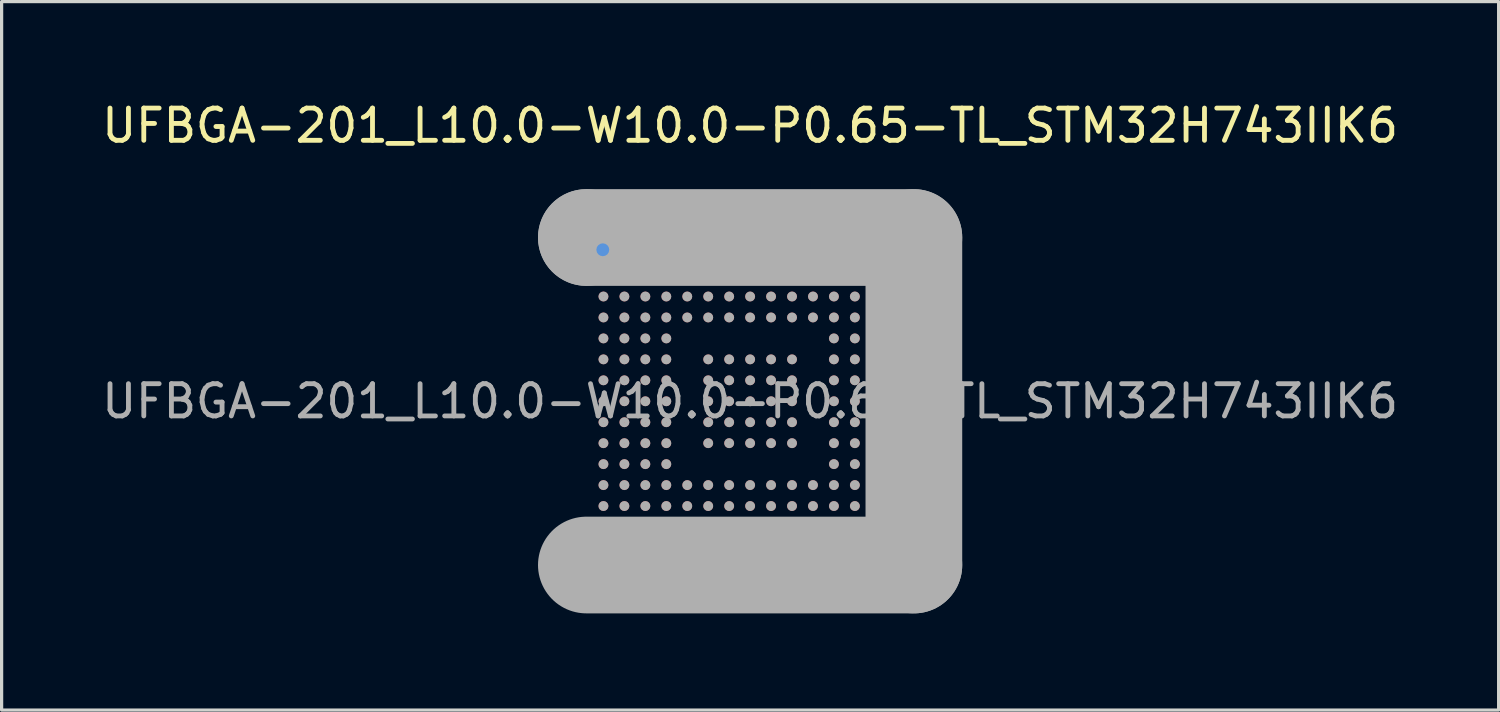
<source format=kicad_pcb>
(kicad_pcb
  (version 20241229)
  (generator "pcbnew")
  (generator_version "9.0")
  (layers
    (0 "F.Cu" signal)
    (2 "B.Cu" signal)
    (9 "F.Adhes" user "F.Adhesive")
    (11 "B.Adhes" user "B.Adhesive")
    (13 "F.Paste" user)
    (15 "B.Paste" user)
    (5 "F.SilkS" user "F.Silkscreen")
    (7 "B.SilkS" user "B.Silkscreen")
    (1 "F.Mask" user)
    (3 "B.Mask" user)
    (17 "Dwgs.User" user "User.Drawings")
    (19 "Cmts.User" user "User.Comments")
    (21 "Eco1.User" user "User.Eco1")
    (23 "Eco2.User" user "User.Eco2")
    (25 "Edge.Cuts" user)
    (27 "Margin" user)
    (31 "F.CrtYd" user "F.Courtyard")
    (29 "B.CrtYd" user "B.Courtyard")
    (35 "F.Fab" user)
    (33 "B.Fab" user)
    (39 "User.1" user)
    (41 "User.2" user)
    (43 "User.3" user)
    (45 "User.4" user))
  (footprint "UFBGA-201_L10.0-W10.0-P0.65-TL_STM32H743IIK6"
    (layer "F.Cu")
    (at 20.22 9.398)
    (property "Reference" "UFBGA-201_L10.0-W10.0-P0.65-TL_STM32H743IIK6" (at 0 -8.55 0) (layer "F.SilkS") (effects (font (size 1 1) (thickness 0.15))))
    (attr smd)
    (fp_circle (center -5.39 -5.46) (end -5.29 -5.46) (stroke (width 0.25) (type solid)) (fill no) (layer "F.SilkS"))
    (fp_circle (center -4.57 -4.7) (end -4.47 -4.7) (stroke (width 0.2) (type solid)) (fill no) (layer "Cmts.User"))
    (fp_line (start -5.08 -5.08) (end -5.08 -5.08) (stroke (width 3) (type solid)) (layer "F.Fab"))
    (fp_line (start -5.08 -5.08) (end 5.08 -5.08) (stroke (width 3) (type solid)) (layer "F.Fab"))
    (fp_line (start 5.08 -5.08) (end 5.08 5.08) (stroke (width 3) (type solid)) (layer "F.Fab"))
    (fp_line (start 5.08 5.08) (end -5.08 5.08) (stroke (width 3) (type solid)) (layer "F.Fab"))
    (fp_circle (center -5 -5) (end -4.97 -5) (stroke (width 0.06) (type solid)) (fill no) (layer "F.Fab"))
    (fp_circle (center -4.55 -4.55) (end -4.47 -4.55) (stroke (width 0.15) (type solid)) (fill no) (layer "F.Fab"))
    (fp_circle (center -4.55 -3.9) (end -4.47 -3.9) (stroke (width 0.15) (type solid)) (fill no) (layer "F.Fab"))
    (fp_circle (center -4.55 -3.25) (end -4.47 -3.25) (stroke (width 0.15) (type solid)) (fill no) (layer "F.Fab"))
    (fp_circle (center -4.55 -2.6) (end -4.47 -2.6) (stroke (width 0.15) (type solid)) (fill no) (layer "F.Fab"))
    (fp_circle (center -4.55 -1.95) (end -4.47 -1.95) (stroke (width 0.15) (type solid)) (fill no) (layer "F.Fab"))
    (fp_circle (center -4.55 -1.3) (end -4.47 -1.3) (stroke (width 0.15) (type solid)) (fill no) (layer "F.Fab"))
    (fp_circle (center -4.55 -0.65) (end -4.47 -0.65) (stroke (width 0.15) (type solid)) (fill no) (layer "F.Fab"))
    (fp_circle (center -4.55 0) (end -4.47 0) (stroke (width 0.15) (type solid)) (fill no) (layer "F.Fab"))
    (fp_circle (center -4.55 0.65) (end -4.47 0.65) (stroke (width 0.15) (type solid)) (fill no) (layer "F.Fab"))
    (fp_circle (center -4.55 1.3) (end -4.47 1.3) (stroke (width 0.15) (type solid)) (fill no) (layer "F.Fab"))
    (fp_circle (center -4.55 1.95) (end -4.47 1.95) (stroke (width 0.15) (type solid)) (fill no) (layer "F.Fab"))
    (fp_circle (center -4.55 2.6) (end -4.47 2.6) (stroke (width 0.15) (type solid)) (fill no) (layer "F.Fab"))
    (fp_circle (center -4.55 3.25) (end -4.47 3.25) (stroke (width 0.15) (type solid)) (fill no) (layer "F.Fab"))
    (fp_circle (center -4.55 3.9) (end -4.47 3.9) (stroke (width 0.15) (type solid)) (fill no) (layer "F.Fab"))
    (fp_circle (center -4.55 4.55) (end -4.47 4.55) (stroke (width 0.15) (type solid)) (fill no) (layer "F.Fab"))
    (fp_circle (center -3.9 -4.55) (end -3.82 -4.55) (stroke (width 0.15) (type solid)) (fill no) (layer "F.Fab"))
    (fp_circle (center -3.9 -3.9) (end -3.82 -3.9) (stroke (width 0.15) (type solid)) (fill no) (layer "F.Fab"))
    (fp_circle (center -3.9 -3.25) (end -3.82 -3.25) (stroke (width 0.15) (type solid)) (fill no) (layer "F.Fab"))
    (fp_circle (center -3.9 -2.6) (end -3.82 -2.6) (stroke (width 0.15) (type solid)) (fill no) (layer "F.Fab"))
    (fp_circle (center -3.9 -1.95) (end -3.82 -1.95) (stroke (width 0.15) (type solid)) (fill no) (layer "F.Fab"))
    (fp_circle (center -3.9 -1.3) (end -3.82 -1.3) (stroke (width 0.15) (type solid)) (fill no) (layer "F.Fab"))
    (fp_circle (center -3.9 -0.65) (end -3.82 -0.65) (stroke (width 0.15) (type solid)) (fill no) (layer "F.Fab"))
    (fp_circle (center -3.9 0) (end -3.82 0) (stroke (width 0.15) (type solid)) (fill no) (layer "F.Fab"))
    (fp_circle (center -3.9 0.65) (end -3.82 0.65) (stroke (width 0.15) (type solid)) (fill no) (layer "F.Fab"))
    (fp_circle (center -3.9 1.3) (end -3.82 1.3) (stroke (width 0.15) (type solid)) (fill no) (layer "F.Fab"))
    (fp_circle (center -3.9 1.95) (end -3.82 1.95) (stroke (width 0.15) (type solid)) (fill no) (layer "F.Fab"))
    (fp_circle (center -3.9 2.6) (end -3.82 2.6) (stroke (width 0.15) (type solid)) (fill no) (layer "F.Fab"))
    (fp_circle (center -3.9 3.25) (end -3.82 3.25) (stroke (width 0.15) (type solid)) (fill no) (layer "F.Fab"))
    (fp_circle (center -3.9 3.9) (end -3.82 3.9) (stroke (width 0.15) (type solid)) (fill no) (layer "F.Fab"))
    (fp_circle (center -3.9 4.55) (end -3.82 4.55) (stroke (width 0.15) (type solid)) (fill no) (layer "F.Fab"))
    (fp_circle (center -3.25 -4.55) (end -3.17 -4.55) (stroke (width 0.15) (type solid)) (fill no) (layer "F.Fab"))
    (fp_circle (center -3.25 -3.9) (end -3.17 -3.9) (stroke (width 0.15) (type solid)) (fill no) (layer "F.Fab"))
    (fp_circle (center -3.25 -3.25) (end -3.17 -3.25) (stroke (width 0.15) (type solid)) (fill no) (layer "F.Fab"))
    (fp_circle (center -3.25 -2.6) (end -3.17 -2.6) (stroke (width 0.15) (type solid)) (fill no) (layer "F.Fab"))
    (fp_circle (center -3.25 -1.95) (end -3.17 -1.95) (stroke (width 0.15) (type solid)) (fill no) (layer "F.Fab"))
    (fp_circle (center -3.25 -1.3) (end -3.17 -1.3) (stroke (width 0.15) (type solid)) (fill no) (layer "F.Fab"))
    (fp_circle (center -3.25 -0.65) (end -3.17 -0.65) (stroke (width 0.15) (type solid)) (fill no) (layer "F.Fab"))
    (fp_circle (center -3.25 0) (end -3.17 0) (stroke (width 0.15) (type solid)) (fill no) (layer "F.Fab"))
    (fp_circle (center -3.25 0.65) (end -3.17 0.65) (stroke (width 0.15) (type solid)) (fill no) (layer "F.Fab"))
    (fp_circle (center -3.25 1.3) (end -3.17 1.3) (stroke (width 0.15) (type solid)) (fill no) (layer "F.Fab"))
    (fp_circle (center -3.25 1.95) (end -3.17 1.95) (stroke (width 0.15) (type solid)) (fill no) (layer "F.Fab"))
    (fp_circle (center -3.25 2.6) (end -3.17 2.6) (stroke (width 0.15) (type solid)) (fill no) (layer "F.Fab"))
    (fp_circle (center -3.25 3.25) (end -3.17 3.25) (stroke (width 0.15) (type solid)) (fill no) (layer "F.Fab"))
    (fp_circle (center -3.25 3.9) (end -3.17 3.9) (stroke (width 0.15) (type solid)) (fill no) (layer "F.Fab"))
    (fp_circle (center -3.25 4.55) (end -3.17 4.55) (stroke (width 0.15) (type solid)) (fill no) (layer "F.Fab"))
    (fp_circle (center -2.6 -4.55) (end -2.52 -4.55) (stroke (width 0.15) (type solid)) (fill no) (layer "F.Fab"))
    (fp_circle (center -2.6 -3.9) (end -2.52 -3.9) (stroke (width 0.15) (type solid)) (fill no) (layer "F.Fab"))
    (fp_circle (center -2.6 -3.25) (end -2.52 -3.25) (stroke (width 0.15) (type solid)) (fill no) (layer "F.Fab"))
    (fp_circle (center -2.6 -2.6) (end -2.52 -2.6) (stroke (width 0.15) (type solid)) (fill no) (layer "F.Fab"))
    (fp_circle (center -2.6 -1.95) (end -2.52 -1.95) (stroke (width 0.15) (type solid)) (fill no) (layer "F.Fab"))
    (fp_circle (center -2.6 -1.3) (end -2.52 -1.3) (stroke (width 0.15) (type solid)) (fill no) (layer "F.Fab"))
    (fp_circle (center -2.6 -0.65) (end -2.52 -0.65) (stroke (width 0.15) (type solid)) (fill no) (layer "F.Fab"))
    (fp_circle (center -2.6 0) (end -2.52 0) (stroke (width 0.15) (type solid)) (fill no) (layer "F.Fab"))
    (fp_circle (center -2.6 0.65) (end -2.52 0.65) (stroke (width 0.15) (type solid)) (fill no) (layer "F.Fab"))
    (fp_circle (center -2.6 1.3) (end -2.52 1.3) (stroke (width 0.15) (type solid)) (fill no) (layer "F.Fab"))
    (fp_circle (center -2.6 1.95) (end -2.52 1.95) (stroke (width 0.15) (type solid)) (fill no) (layer "F.Fab"))
    (fp_circle (center -2.6 2.6) (end -2.52 2.6) (stroke (width 0.15) (type solid)) (fill no) (layer "F.Fab"))
    (fp_circle (center -2.6 3.25) (end -2.52 3.25) (stroke (width 0.15) (type solid)) (fill no) (layer "F.Fab"))
    (fp_circle (center -2.6 3.9) (end -2.52 3.9) (stroke (width 0.15) (type solid)) (fill no) (layer "F.Fab"))
    (fp_circle (center -2.6 4.55) (end -2.52 4.55) (stroke (width 0.15) (type solid)) (fill no) (layer "F.Fab"))
    (fp_circle (center -1.95 -4.55) (end -1.87 -4.55) (stroke (width 0.15) (type solid)) (fill no) (layer "F.Fab"))
    (fp_circle (center -1.95 -3.9) (end -1.87 -3.9) (stroke (width 0.15) (type solid)) (fill no) (layer "F.Fab"))
    (fp_circle (center -1.95 -3.25) (end -1.87 -3.25) (stroke (width 0.15) (type solid)) (fill no) (layer "F.Fab"))
    (fp_circle (center -1.95 -2.6) (end -1.87 -2.6) (stroke (width 0.15) (type solid)) (fill no) (layer "F.Fab"))
    (fp_circle (center -1.95 2.6) (end -1.87 2.6) (stroke (width 0.15) (type solid)) (fill no) (layer "F.Fab"))
    (fp_circle (center -1.95 3.25) (end -1.87 3.25) (stroke (width 0.15) (type solid)) (fill no) (layer "F.Fab"))
    (fp_circle (center -1.95 3.9) (end -1.87 3.9) (stroke (width 0.15) (type solid)) (fill no) (layer "F.Fab"))
    (fp_circle (center -1.95 4.55) (end -1.87 4.55) (stroke (width 0.15) (type solid)) (fill no) (layer "F.Fab"))
    (fp_circle (center -1.3 -4.55) (end -1.22 -4.55) (stroke (width 0.15) (type solid)) (fill no) (layer "F.Fab"))
    (fp_circle (center -1.3 -3.9) (end -1.22 -3.9) (stroke (width 0.15) (type solid)) (fill no) (layer "F.Fab"))
    (fp_circle (center -1.3 -3.25) (end -1.22 -3.25) (stroke (width 0.15) (type solid)) (fill no) (layer "F.Fab"))
    (fp_circle (center -1.3 -2.6) (end -1.22 -2.6) (stroke (width 0.15) (type solid)) (fill no) (layer "F.Fab"))
    (fp_circle (center -1.3 -1.3) (end -1.22 -1.3) (stroke (width 0.15) (type solid)) (fill no) (layer "F.Fab"))
    (fp_circle (center -1.3 -0.65) (end -1.22 -0.65) (stroke (width 0.15) (type solid)) (fill no) (layer "F.Fab"))
    (fp_circle (center -1.3 0) (end -1.22 0) (stroke (width 0.15) (type solid)) (fill no) (layer "F.Fab"))
    (fp_circle (center -1.3 0.65) (end -1.22 0.65) (stroke (width 0.15) (type solid)) (fill no) (layer "F.Fab"))
    (fp_circle (center -1.3 1.3) (end -1.22 1.3) (stroke (width 0.15) (type solid)) (fill no) (layer "F.Fab"))
    (fp_circle (center -1.3 2.6) (end -1.22 2.6) (stroke (width 0.15) (type solid)) (fill no) (layer "F.Fab"))
    (fp_circle (center -1.3 3.25) (end -1.22 3.25) (stroke (width 0.15) (type solid)) (fill no) (layer "F.Fab"))
    (fp_circle (center -1.3 3.9) (end -1.22 3.9) (stroke (width 0.15) (type solid)) (fill no) (layer "F.Fab"))
    (fp_circle (center -1.3 4.55) (end -1.22 4.55) (stroke (width 0.15) (type solid)) (fill no) (layer "F.Fab"))
    (fp_circle (center -0.65 -4.55) (end -0.57 -4.55) (stroke (width 0.15) (type solid)) (fill no) (layer "F.Fab"))
    (fp_circle (center -0.65 -3.9) (end -0.57 -3.9) (stroke (width 0.15) (type solid)) (fill no) (layer "F.Fab"))
    (fp_circle (center -0.65 -3.25) (end -0.57 -3.25) (stroke (width 0.15) (type solid)) (fill no) (layer "F.Fab"))
    (fp_circle (center -0.65 -2.6) (end -0.57 -2.6) (stroke (width 0.15) (type solid)) (fill no) (layer "F.Fab"))
    (fp_circle (center -0.65 -1.3) (end -0.57 -1.3) (stroke (width 0.15) (type solid)) (fill no) (layer "F.Fab"))
    (fp_circle (center -0.65 -0.65) (end -0.57 -0.65) (stroke (width 0.15) (type solid)) (fill no) (layer "F.Fab"))
    (fp_circle (center -0.65 0) (end -0.57 0) (stroke (width 0.15) (type solid)) (fill no) (layer "F.Fab"))
    (fp_circle (center -0.65 0.65) (end -0.57 0.65) (stroke (width 0.15) (type solid)) (fill no) (layer "F.Fab"))
    (fp_circle (center -0.65 1.3) (end -0.57 1.3) (stroke (width 0.15) (type solid)) (fill no) (layer "F.Fab"))
    (fp_circle (center -0.65 2.6) (end -0.57 2.6) (stroke (width 0.15) (type solid)) (fill no) (layer "F.Fab"))
    (fp_circle (center -0.65 3.25) (end -0.57 3.25) (stroke (width 0.15) (type solid)) (fill no) (layer "F.Fab"))
    (fp_circle (center -0.65 3.9) (end -0.57 3.9) (stroke (width 0.15) (type solid)) (fill no) (layer "F.Fab"))
    (fp_circle (center -0.65 4.55) (end -0.57 4.55) (stroke (width 0.15) (type solid)) (fill no) (layer "F.Fab"))
    (fp_circle (center 0 -4.55) (end 0.08 -4.55) (stroke (width 0.15) (type solid)) (fill no) (layer "F.Fab"))
    (fp_circle (center 0 -3.9) (end 0.08 -3.9) (stroke (width 0.15) (type solid)) (fill no) (layer "F.Fab"))
    (fp_circle (center 0 -3.25) (end 0.08 -3.25) (stroke (width 0.15) (type solid)) (fill no) (layer "F.Fab"))
    (fp_circle (center 0 -2.6) (end 0.08 -2.6) (stroke (width 0.15) (type solid)) (fill no) (layer "F.Fab"))
    (fp_circle (center 0 -1.3) (end 0.08 -1.3) (stroke (width 0.15) (type solid)) (fill no) (layer "F.Fab"))
    (fp_circle (center 0 -0.65) (end 0.08 -0.65) (stroke (width 0.15) (type solid)) (fill no) (layer "F.Fab"))
    (fp_circle (center 0 0) (end 0.08 0) (stroke (width 0.15) (type solid)) (fill no) (layer "F.Fab"))
    (fp_circle (center 0 0.65) (end 0.08 0.65) (stroke (width 0.15) (type solid)) (fill no) (layer "F.Fab"))
    (fp_circle (center 0 1.3) (end 0.08 1.3) (stroke (width 0.15) (type solid)) (fill no) (layer "F.Fab"))
    (fp_circle (center 0 2.6) (end 0.08 2.6) (stroke (width 0.15) (type solid)) (fill no) (layer "F.Fab"))
    (fp_circle (center 0 3.25) (end 0.08 3.25) (stroke (width 0.15) (type solid)) (fill no) (layer "F.Fab"))
    (fp_circle (center 0 3.9) (end 0.08 3.9) (stroke (width 0.15) (type solid)) (fill no) (layer "F.Fab"))
    (fp_circle (center 0 4.55) (end 0.08 4.55) (stroke (width 0.15) (type solid)) (fill no) (layer "F.Fab"))
    (fp_circle (center 0.65 -4.55) (end 0.73 -4.55) (stroke (width 0.15) (type solid)) (fill no) (layer "F.Fab"))
    (fp_circle (center 0.65 -3.9) (end 0.73 -3.9) (stroke (width 0.15) (type solid)) (fill no) (layer "F.Fab"))
    (fp_circle (center 0.65 -3.25) (end 0.73 -3.25) (stroke (width 0.15) (type solid)) (fill no) (layer "F.Fab"))
    (fp_circle (center 0.65 -2.6) (end 0.73 -2.6) (stroke (width 0.15) (type solid)) (fill no) (layer "F.Fab"))
    (fp_circle (center 0.65 -1.3) (end 0.73 -1.3) (stroke (width 0.15) (type solid)) (fill no) (layer "F.Fab"))
    (fp_circle (center 0.65 -0.65) (end 0.73 -0.65) (stroke (width 0.15) (type solid)) (fill no) (layer "F.Fab"))
    (fp_circle (center 0.65 0) (end 0.73 0) (stroke (width 0.15) (type solid)) (fill no) (layer "F.Fab"))
    (fp_circle (center 0.65 0.65) (end 0.73 0.65) (stroke (width 0.15) (type solid)) (fill no) (layer "F.Fab"))
    (fp_circle (center 0.65 1.3) (end 0.73 1.3) (stroke (width 0.15) (type solid)) (fill no) (layer "F.Fab"))
    (fp_circle (center 0.65 2.6) (end 0.73 2.6) (stroke (width 0.15) (type solid)) (fill no) (layer "F.Fab"))
    (fp_circle (center 0.65 3.25) (end 0.73 3.25) (stroke (width 0.15) (type solid)) (fill no) (layer "F.Fab"))
    (fp_circle (center 0.65 3.9) (end 0.73 3.9) (stroke (width 0.15) (type solid)) (fill no) (layer "F.Fab"))
    (fp_circle (center 0.65 4.55) (end 0.73 4.55) (stroke (width 0.15) (type solid)) (fill no) (layer "F.Fab"))
    (fp_circle (center 1.3 -4.55) (end 1.38 -4.55) (stroke (width 0.15) (type solid)) (fill no) (layer "F.Fab"))
    (fp_circle (center 1.3 -3.9) (end 1.38 -3.9) (stroke (width 0.15) (type solid)) (fill no) (layer "F.Fab"))
    (fp_circle (center 1.3 -3.25) (end 1.38 -3.25) (stroke (width 0.15) (type solid)) (fill no) (layer "F.Fab"))
    (fp_circle (center 1.3 -2.6) (end 1.38 -2.6) (stroke (width 0.15) (type solid)) (fill no) (layer "F.Fab"))
    (fp_circle (center 1.3 -1.3) (end 1.38 -1.3) (stroke (width 0.15) (type solid)) (fill no) (layer "F.Fab"))
    (fp_circle (center 1.3 -0.65) (end 1.38 -0.65) (stroke (width 0.15) (type solid)) (fill no) (layer "F.Fab"))
    (fp_circle (center 1.3 0) (end 1.38 0) (stroke (width 0.15) (type solid)) (fill no) (layer "F.Fab"))
    (fp_circle (center 1.3 0.65) (end 1.38 0.65) (stroke (width 0.15) (type solid)) (fill no) (layer "F.Fab"))
    (fp_circle (center 1.3 1.3) (end 1.38 1.3) (stroke (width 0.15) (type solid)) (fill no) (layer "F.Fab"))
    (fp_circle (center 1.3 2.6) (end 1.38 2.6) (stroke (width 0.15) (type solid)) (fill no) (layer "F.Fab"))
    (fp_circle (center 1.3 3.25) (end 1.38 3.25) (stroke (width 0.15) (type solid)) (fill no) (layer "F.Fab"))
    (fp_circle (center 1.3 3.9) (end 1.38 3.9) (stroke (width 0.15) (type solid)) (fill no) (layer "F.Fab"))
    (fp_circle (center 1.3 4.55) (end 1.38 4.55) (stroke (width 0.15) (type solid)) (fill no) (layer "F.Fab"))
    (fp_circle (center 1.95 -4.55) (end 2.03 -4.55) (stroke (width 0.15) (type solid)) (fill no) (layer "F.Fab"))
    (fp_circle (center 1.95 -3.9) (end 2.03 -3.9) (stroke (width 0.15) (type solid)) (fill no) (layer "F.Fab"))
    (fp_circle (center 1.95 -3.25) (end 2.03 -3.25) (stroke (width 0.15) (type solid)) (fill no) (layer "F.Fab"))
    (fp_circle (center 1.95 -2.6) (end 2.03 -2.6) (stroke (width 0.15) (type solid)) (fill no) (layer "F.Fab"))
    (fp_circle (center 1.95 2.6) (end 2.03 2.6) (stroke (width 0.15) (type solid)) (fill no) (layer "F.Fab"))
    (fp_circle (center 1.95 3.25) (end 2.03 3.25) (stroke (width 0.15) (type solid)) (fill no) (layer "F.Fab"))
    (fp_circle (center 1.95 3.9) (end 2.03 3.9) (stroke (width 0.15) (type solid)) (fill no) (layer "F.Fab"))
    (fp_circle (center 1.95 4.55) (end 2.03 4.55) (stroke (width 0.15) (type solid)) (fill no) (layer "F.Fab"))
    (fp_circle (center 2.6 -4.55) (end 2.68 -4.55) (stroke (width 0.15) (type solid)) (fill no) (layer "F.Fab"))
    (fp_circle (center 2.6 -3.9) (end 2.68 -3.9) (stroke (width 0.15) (type solid)) (fill no) (layer "F.Fab"))
    (fp_circle (center 2.6 -3.25) (end 2.68 -3.25) (stroke (width 0.15) (type solid)) (fill no) (layer "F.Fab"))
    (fp_circle (center 2.6 -2.6) (end 2.68 -2.6) (stroke (width 0.15) (type solid)) (fill no) (layer "F.Fab"))
    (fp_circle (center 2.6 -1.95) (end 2.68 -1.95) (stroke (width 0.15) (type solid)) (fill no) (layer "F.Fab"))
    (fp_circle (center 2.6 -1.3) (end 2.68 -1.3) (stroke (width 0.15) (type solid)) (fill no) (layer "F.Fab"))
    (fp_circle (center 2.6 -0.65) (end 2.68 -0.65) (stroke (width 0.15) (type solid)) (fill no) (layer "F.Fab"))
    (fp_circle (center 2.6 0) (end 2.68 0) (stroke (width 0.15) (type solid)) (fill no) (layer "F.Fab"))
    (fp_circle (center 2.6 0.65) (end 2.68 0.65) (stroke (width 0.15) (type solid)) (fill no) (layer "F.Fab"))
    (fp_circle (center 2.6 1.3) (end 2.68 1.3) (stroke (width 0.15) (type solid)) (fill no) (layer "F.Fab"))
    (fp_circle (center 2.6 1.95) (end 2.68 1.95) (stroke (width 0.15) (type solid)) (fill no) (layer "F.Fab"))
    (fp_circle (center 2.6 2.6) (end 2.68 2.6) (stroke (width 0.15) (type solid)) (fill no) (layer "F.Fab"))
    (fp_circle (center 2.6 3.25) (end 2.68 3.25) (stroke (width 0.15) (type solid)) (fill no) (layer "F.Fab"))
    (fp_circle (center 2.6 3.9) (end 2.68 3.9) (stroke (width 0.15) (type solid)) (fill no) (layer "F.Fab"))
    (fp_circle (center 2.6 4.55) (end 2.68 4.55) (stroke (width 0.15) (type solid)) (fill no) (layer "F.Fab"))
    (fp_circle (center 3.25 -4.55) (end 3.33 -4.55) (stroke (width 0.15) (type solid)) (fill no) (layer "F.Fab"))
    (fp_circle (center 3.25 -3.9) (end 3.33 -3.9) (stroke (width 0.15) (type solid)) (fill no) (layer "F.Fab"))
    (fp_circle (center 3.25 -3.25) (end 3.33 -3.25) (stroke (width 0.15) (type solid)) (fill no) (layer "F.Fab"))
    (fp_circle (center 3.25 -2.6) (end 3.33 -2.6) (stroke (width 0.15) (type solid)) (fill no) (layer "F.Fab"))
    (fp_circle (center 3.25 -1.95) (end 3.33 -1.95) (stroke (width 0.15) (type solid)) (fill no) (layer "F.Fab"))
    (fp_circle (center 3.25 -1.3) (end 3.33 -1.3) (stroke (width 0.15) (type solid)) (fill no) (layer "F.Fab"))
    (fp_circle (center 3.25 -0.65) (end 3.33 -0.65) (stroke (width 0.15) (type solid)) (fill no) (layer "F.Fab"))
    (fp_circle (center 3.25 0) (end 3.33 0) (stroke (width 0.15) (type solid)) (fill no) (layer "F.Fab"))
    (fp_circle (center 3.25 0.65) (end 3.33 0.65) (stroke (width 0.15) (type solid)) (fill no) (layer "F.Fab"))
    (fp_circle (center 3.25 1.3) (end 3.33 1.3) (stroke (width 0.15) (type solid)) (fill no) (layer "F.Fab"))
    (fp_circle (center 3.25 1.95) (end 3.33 1.95) (stroke (width 0.15) (type solid)) (fill no) (layer "F.Fab"))
    (fp_circle (center 3.25 2.6) (end 3.33 2.6) (stroke (width 0.15) (type solid)) (fill no) (layer "F.Fab"))
    (fp_circle (center 3.25 3.25) (end 3.33 3.25) (stroke (width 0.15) (type solid)) (fill no) (layer "F.Fab"))
    (fp_circle (center 3.25 3.9) (end 3.33 3.9) (stroke (width 0.15) (type solid)) (fill no) (layer "F.Fab"))
    (fp_circle (center 3.25 4.55) (end 3.33 4.55) (stroke (width 0.15) (type solid)) (fill no) (layer "F.Fab"))
    (fp_circle (center 3.9 -4.55) (end 3.98 -4.55) (stroke (width 0.15) (type solid)) (fill no) (layer "F.Fab"))
    (fp_circle (center 3.9 -3.9) (end 3.98 -3.9) (stroke (width 0.15) (type solid)) (fill no) (layer "F.Fab"))
    (fp_circle (center 3.9 -3.25) (end 3.98 -3.25) (stroke (width 0.15) (type solid)) (fill no) (layer "F.Fab"))
    (fp_circle (center 3.9 -2.6) (end 3.98 -2.6) (stroke (width 0.15) (type solid)) (fill no) (layer "F.Fab"))
    (fp_circle (center 3.9 -1.95) (end 3.98 -1.95) (stroke (width 0.15) (type solid)) (fill no) (layer "F.Fab"))
    (fp_circle (center 3.9 -1.3) (end 3.98 -1.3) (stroke (width 0.15) (type solid)) (fill no) (layer "F.Fab"))
    (fp_circle (center 3.9 -0.65) (end 3.98 -0.65) (stroke (width 0.15) (type solid)) (fill no) (layer "F.Fab"))
    (fp_circle (center 3.9 0) (end 3.98 0) (stroke (width 0.15) (type solid)) (fill no) (layer "F.Fab"))
    (fp_circle (center 3.9 0.65) (end 3.98 0.65) (stroke (width 0.15) (type solid)) (fill no) (layer "F.Fab"))
    (fp_circle (center 3.9 1.3) (end 3.98 1.3) (stroke (width 0.15) (type solid)) (fill no) (layer "F.Fab"))
    (fp_circle (center 3.9 1.95) (end 3.98 1.95) (stroke (width 0.15) (type solid)) (fill no) (layer "F.Fab"))
    (fp_circle (center 3.9 2.6) (end 3.98 2.6) (stroke (width 0.15) (type solid)) (fill no) (layer "F.Fab"))
    (fp_circle (center 3.9 3.25) (end 3.98 3.25) (stroke (width 0.15) (type solid)) (fill no) (layer "F.Fab"))
    (fp_circle (center 3.9 3.9) (end 3.98 3.9) (stroke (width 0.15) (type solid)) (fill no) (layer "F.Fab"))
    (fp_circle (center 3.9 4.55) (end 3.98 4.55) (stroke (width 0.15) (type solid)) (fill no) (layer "F.Fab"))
    (fp_circle (center 4.55 -4.55) (end 4.63 -4.55) (stroke (width 0.15) (type solid)) (fill no) (layer "F.Fab"))
    (fp_circle (center 4.55 -3.9) (end 4.63 -3.9) (stroke (width 0.15) (type solid)) (fill no) (layer "F.Fab"))
    (fp_circle (center 4.55 -3.25) (end 4.63 -3.25) (stroke (width 0.15) (type solid)) (fill no) (layer "F.Fab"))
    (fp_circle (center 4.55 -2.6) (end 4.63 -2.6) (stroke (width 0.15) (type solid)) (fill no) (layer "F.Fab"))
    (fp_circle (center 4.55 -1.95) (end 4.63 -1.95) (stroke (width 0.15) (type solid)) (fill no) (layer "F.Fab"))
    (fp_circle (center 4.55 -1.3) (end 4.63 -1.3) (stroke (width 0.15) (type solid)) (fill no) (layer "F.Fab"))
    (fp_circle (center 4.55 -0.65) (end 4.63 -0.65) (stroke (width 0.15) (type solid)) (fill no) (layer "F.Fab"))
    (fp_circle (center 4.55 0) (end 4.63 0) (stroke (width 0.15) (type solid)) (fill no) (layer "F.Fab"))
    (fp_circle (center 4.55 0.65) (end 4.63 0.65) (stroke (width 0.15) (type solid)) (fill no) (layer "F.Fab"))
    (fp_circle (center 4.55 1.3) (end 4.63 1.3) (stroke (width 0.15) (type solid)) (fill no) (layer "F.Fab"))
    (fp_circle (center 4.55 1.95) (end 4.63 1.95) (stroke (width 0.15) (type solid)) (fill no) (layer "F.Fab"))
    (fp_circle (center 4.55 2.6) (end 4.63 2.6) (stroke (width 0.15) (type solid)) (fill no) (layer "F.Fab"))
    (fp_circle (center 4.55 3.25) (end 4.63 3.25) (stroke (width 0.15) (type solid)) (fill no) (layer "F.Fab"))
    (fp_circle (center 4.55 3.9) (end 4.63 3.9) (stroke (width 0.15) (type solid)) (fill no) (layer "F.Fab"))
    (fp_circle (center 4.55 4.55) (end 4.63 4.55) (stroke (width 0.15) (type solid)) (fill no) (layer "F.Fab"))
    (fp_text user "${REFERENCE}" (at 0 0 0) (layer "F.Fab") (effects (font (size 1 1) (thickness 0.15))))
    (pad "A1" smd circle (at -4.55 -4.55) (size 0.3 0.3) (layers "F.Cu" "F.Mask" "F.Paste"))
    (pad "A2" smd circle (at -3.9 -4.55) (size 0.3 0.3) (layers "F.Cu" "F.Mask" "F.Paste"))
    (pad "A3" smd circle (at -3.25 -4.55) (size 0.3 0.3) (layers "F.Cu" "F.Mask" "F.Paste"))
    (pad "A4" smd circle (at -2.6 -4.55) (size 0.3 0.3) (layers "F.Cu" "F.Mask" "F.Paste"))
    (pad "A5" smd circle (at -1.95 -4.55) (size 0.3 0.3) (layers "F.Cu" "F.Mask" "F.Paste"))
    (pad "A6" smd circle (at -1.3 -4.55) (size 0.3 0.3) (layers "F.Cu" "F.Mask" "F.Paste"))
    (pad "A7" smd circle (at -0.65 -4.55) (size 0.3 0.3) (layers "F.Cu" "F.Mask" "F.Paste"))
    (pad "A8" smd circle (at 0 -4.55) (size 0.3 0.3) (layers "F.Cu" "F.Mask" "F.Paste"))
    (pad "A9" smd circle (at 0.65 -4.55) (size 0.3 0.3) (layers "F.Cu" "F.Mask" "F.Paste"))
    (pad "A10" smd circle (at 1.3 -4.55) (size 0.3 0.3) (layers "F.Cu" "F.Mask" "F.Paste"))
    (pad "A11" smd circle (at 1.95 -4.55) (size 0.3 0.3) (layers "F.Cu" "F.Mask" "F.Paste"))
    (pad "A12" smd circle (at 2.6 -4.55) (size 0.3 0.3) (layers "F.Cu" "F.Mask" "F.Paste"))
    (pad "A13" smd circle (at 3.25 -4.55) (size 0.3 0.3) (layers "F.Cu" "F.Mask" "F.Paste"))
    (pad "A14" smd circle (at 3.9 -4.55) (size 0.3 0.3) (layers "F.Cu" "F.Mask" "F.Paste"))
    (pad "A15" smd circle (at 4.55 -4.55) (size 0.3 0.3) (layers "F.Cu" "F.Mask" "F.Paste"))
    (pad "B1" smd circle (at -4.55 -3.9) (size 0.3 0.3) (layers "F.Cu" "F.Mask" "F.Paste"))
    (pad "B2" smd circle (at -3.9 -3.9) (size 0.3 0.3) (layers "F.Cu" "F.Mask" "F.Paste"))
    (pad "B3" smd circle (at -3.25 -3.9) (size 0.3 0.3) (layers "F.Cu" "F.Mask" "F.Paste"))
    (pad "B4" smd circle (at -2.6 -3.9) (size 0.3 0.3) (layers "F.Cu" "F.Mask" "F.Paste"))
    (pad "B5" smd circle (at -1.95 -3.9) (size 0.3 0.3) (layers "F.Cu" "F.Mask" "F.Paste"))
    (pad "B6" smd circle (at -1.3 -3.9) (size 0.3 0.3) (layers "F.Cu" "F.Mask" "F.Paste"))
    (pad "B7" smd circle (at -0.65 -3.9) (size 0.3 0.3) (layers "F.Cu" "F.Mask" "F.Paste"))
    (pad "B8" smd circle (at 0 -3.9) (size 0.3 0.3) (layers "F.Cu" "F.Mask" "F.Paste"))
    (pad "B9" smd circle (at 0.65 -3.9) (size 0.3 0.3) (layers "F.Cu" "F.Mask" "F.Paste"))
    (pad "B10" smd circle (at 1.3 -3.9) (size 0.3 0.3) (layers "F.Cu" "F.Mask" "F.Paste"))
    (pad "B11" smd circle (at 1.95 -3.9) (size 0.3 0.3) (layers "F.Cu" "F.Mask" "F.Paste"))
    (pad "B12" smd circle (at 2.6 -3.9) (size 0.3 0.3) (layers "F.Cu" "F.Mask" "F.Paste"))
    (pad "B13" smd circle (at 3.25 -3.9) (size 0.3 0.3) (layers "F.Cu" "F.Mask" "F.Paste"))
    (pad "B14" smd circle (at 3.9 -3.9) (size 0.3 0.3) (layers "F.Cu" "F.Mask" "F.Paste"))
    (pad "B15" smd circle (at 4.55 -3.9) (size 0.3 0.3) (layers "F.Cu" "F.Mask" "F.Paste"))
    (pad "C1" smd circle (at -4.55 -3.25) (size 0.3 0.3) (layers "F.Cu" "F.Mask" "F.Paste"))
    (pad "C2" smd circle (at -3.9 -3.25) (size 0.3 0.3) (layers "F.Cu" "F.Mask" "F.Paste"))
    (pad "C3" smd circle (at -3.25 -3.25) (size 0.3 0.3) (layers "F.Cu" "F.Mask" "F.Paste"))
    (pad "C4" smd circle (at -2.6 -3.25) (size 0.3 0.3) (layers "F.Cu" "F.Mask" "F.Paste"))
    (pad "C5" smd circle (at -1.95 -3.25) (size 0.3 0.3) (layers "F.Cu" "F.Mask" "F.Paste"))
    (pad "C6" smd circle (at -1.3 -3.25) (size 0.3 0.3) (layers "F.Cu" "F.Mask" "F.Paste"))
    (pad "C7" smd circle (at -0.65 -3.25) (size 0.3 0.3) (layers "F.Cu" "F.Mask" "F.Paste"))
    (pad "C8" smd circle (at 0 -3.25) (size 0.3 0.3) (layers "F.Cu" "F.Mask" "F.Paste"))
    (pad "C9" smd circle (at 0.65 -3.25) (size 0.3 0.3) (layers "F.Cu" "F.Mask" "F.Paste"))
    (pad "C10" smd circle (at 1.3 -3.25) (size 0.3 0.3) (layers "F.Cu" "F.Mask" "F.Paste"))
    (pad "C11" smd circle (at 1.95 -3.25) (size 0.3 0.3) (layers "F.Cu" "F.Mask" "F.Paste"))
    (pad "C12" smd circle (at 2.6 -3.25) (size 0.3 0.3) (layers "F.Cu" "F.Mask" "F.Paste"))
    (pad "C13" smd circle (at 3.25 -3.25) (size 0.3 0.3) (layers "F.Cu" "F.Mask" "F.Paste"))
    (pad "C14" smd circle (at 3.9 -3.25) (size 0.3 0.3) (layers "F.Cu" "F.Mask" "F.Paste"))
    (pad "C15" smd circle (at 4.55 -3.25) (size 0.3 0.3) (layers "F.Cu" "F.Mask" "F.Paste"))
    (pad "D1" smd circle (at -4.55 -2.6) (size 0.3 0.3) (layers "F.Cu" "F.Mask" "F.Paste"))
    (pad "D2" smd circle (at -3.9 -2.6) (size 0.3 0.3) (layers "F.Cu" "F.Mask" "F.Paste"))
    (pad "D3" smd circle (at -3.25 -2.6) (size 0.3 0.3) (layers "F.Cu" "F.Mask" "F.Paste"))
    (pad "D4" smd circle (at -2.6 -2.6) (size 0.3 0.3) (layers "F.Cu" "F.Mask" "F.Paste"))
    (pad "D5" smd circle (at -1.95 -2.6) (size 0.3 0.3) (layers "F.Cu" "F.Mask" "F.Paste"))
    (pad "D6" smd circle (at -1.3 -2.6) (size 0.3 0.3) (layers "F.Cu" "F.Mask" "F.Paste"))
    (pad "D7" smd circle (at -0.65 -2.6) (size 0.3 0.3) (layers "F.Cu" "F.Mask" "F.Paste"))
    (pad "D8" smd circle (at 0 -2.6) (size 0.3 0.3) (layers "F.Cu" "F.Mask" "F.Paste"))
    (pad "D9" smd circle (at 0.65 -2.6) (size 0.3 0.3) (layers "F.Cu" "F.Mask" "F.Paste"))
    (pad "D10" smd circle (at 1.3 -2.6) (size 0.3 0.3) (layers "F.Cu" "F.Mask" "F.Paste"))
    (pad "D11" smd circle (at 1.95 -2.6) (size 0.3 0.3) (layers "F.Cu" "F.Mask" "F.Paste"))
    (pad "D12" smd circle (at 2.6 -2.6) (size 0.3 0.3) (layers "F.Cu" "F.Mask" "F.Paste"))
    (pad "D13" smd circle (at 3.25 -2.6) (size 0.3 0.3) (layers "F.Cu" "F.Mask" "F.Paste"))
    (pad "D14" smd circle (at 3.9 -2.6) (size 0.3 0.3) (layers "F.Cu" "F.Mask" "F.Paste"))
    (pad "D15" smd circle (at 4.55 -2.6) (size 0.3 0.3) (layers "F.Cu" "F.Mask" "F.Paste"))
    (pad "E1" smd circle (at -4.55 -1.95) (size 0.3 0.3) (layers "F.Cu" "F.Mask" "F.Paste"))
    (pad "E2" smd circle (at -3.9 -1.95) (size 0.3 0.3) (layers "F.Cu" "F.Mask" "F.Paste"))
    (pad "E3" smd circle (at -3.25 -1.95) (size 0.3 0.3) (layers "F.Cu" "F.Mask" "F.Paste"))
    (pad "E4" smd circle (at -2.6 -1.95) (size 0.3 0.3) (layers "F.Cu" "F.Mask" "F.Paste"))
    (pad "E12" smd circle (at 2.6 -1.95) (size 0.3 0.3) (layers "F.Cu" "F.Mask" "F.Paste"))
    (pad "E13" smd circle (at 3.25 -1.95) (size 0.3 0.3) (layers "F.Cu" "F.Mask" "F.Paste"))
    (pad "E14" smd circle (at 3.9 -1.95) (size 0.3 0.3) (layers "F.Cu" "F.Mask" "F.Paste"))
    (pad "E15" smd circle (at 4.55 -1.95) (size 0.3 0.3) (layers "F.Cu" "F.Mask" "F.Paste"))
    (pad "F1" smd circle (at -4.55 -1.3) (size 0.3 0.3) (layers "F.Cu" "F.Mask" "F.Paste"))
    (pad "F2" smd circle (at -3.9 -1.3) (size 0.3 0.3) (layers "F.Cu" "F.Mask" "F.Paste"))
    (pad "F3" smd circle (at -3.25 -1.3) (size 0.3 0.3) (layers "F.Cu" "F.Mask" "F.Paste"))
    (pad "F4" smd circle (at -2.6 -1.3) (size 0.3 0.3) (layers "F.Cu" "F.Mask" "F.Paste"))
    (pad "F6" smd circle (at -1.3 -1.3) (size 0.3 0.3) (layers "F.Cu" "F.Mask" "F.Paste"))
    (pad "F7" smd circle (at -0.65 -1.3) (size 0.3 0.3) (layers "F.Cu" "F.Mask" "F.Paste"))
    (pad "F8" smd circle (at 0 -1.3) (size 0.3 0.3) (layers "F.Cu" "F.Mask" "F.Paste"))
    (pad "F9" smd circle (at 0.65 -1.3) (size 0.3 0.3) (layers "F.Cu" "F.Mask" "F.Paste"))
    (pad "F10" smd circle (at 1.3 -1.3) (size 0.3 0.3) (layers "F.Cu" "F.Mask" "F.Paste"))
    (pad "F12" smd circle (at 2.6 -1.3) (size 0.3 0.3) (layers "F.Cu" "F.Mask" "F.Paste"))
    (pad "F13" smd circle (at 3.25 -1.3) (size 0.3 0.3) (layers "F.Cu" "F.Mask" "F.Paste"))
    (pad "F14" smd circle (at 3.9 -1.3) (size 0.3 0.3) (layers "F.Cu" "F.Mask" "F.Paste"))
    (pad "F15" smd circle (at 4.55 -1.3) (size 0.3 0.3) (layers "F.Cu" "F.Mask" "F.Paste"))
    (pad "G1" smd circle (at -4.55 -0.65) (size 0.3 0.3) (layers "F.Cu" "F.Mask" "F.Paste"))
    (pad "G2" smd circle (at -3.9 -0.65) (size 0.3 0.3) (layers "F.Cu" "F.Mask" "F.Paste"))
    (pad "G3" smd circle (at -3.25 -0.65) (size 0.3 0.3) (layers "F.Cu" "F.Mask" "F.Paste"))
    (pad "G4" smd circle (at -2.6 -0.65) (size 0.3 0.3) (layers "F.Cu" "F.Mask" "F.Paste"))
    (pad "G6" smd circle (at -1.3 -0.65) (size 0.3 0.3) (layers "F.Cu" "F.Mask" "F.Paste"))
    (pad "G7" smd circle (at -0.65 -0.65) (size 0.3 0.3) (layers "F.Cu" "F.Mask" "F.Paste"))
    (pad "G8" smd circle (at 0 -0.65) (size 0.3 0.3) (layers "F.Cu" "F.Mask" "F.Paste"))
    (pad "G9" smd circle (at 0.65 -0.65) (size 0.3 0.3) (layers "F.Cu" "F.Mask" "F.Paste"))
    (pad "G10" smd circle (at 1.3 -0.65) (size 0.3 0.3) (layers "F.Cu" "F.Mask" "F.Paste"))
    (pad "G12" smd circle (at 2.6 -0.65) (size 0.3 0.3) (layers "F.Cu" "F.Mask" "F.Paste"))
    (pad "G13" smd circle (at 3.25 -0.65) (size 0.3 0.3) (layers "F.Cu" "F.Mask" "F.Paste"))
    (pad "G14" smd circle (at 3.9 -0.65) (size 0.3 0.3) (layers "F.Cu" "F.Mask" "F.Paste"))
    (pad "G15" smd circle (at 4.55 -0.65) (size 0.3 0.3) (layers "F.Cu" "F.Mask" "F.Paste"))
    (pad "H1" smd circle (at -4.55 0) (size 0.3 0.3) (layers "F.Cu" "F.Mask" "F.Paste"))
    (pad "H2" smd circle (at -3.9 0) (size 0.3 0.3) (layers "F.Cu" "F.Mask" "F.Paste"))
    (pad "H3" smd circle (at -3.25 0) (size 0.3 0.3) (layers "F.Cu" "F.Mask" "F.Paste"))
    (pad "H4" smd circle (at -2.6 0) (size 0.3 0.3) (layers "F.Cu" "F.Mask" "F.Paste"))
    (pad "H6" smd circle (at -1.3 0) (size 0.3 0.3) (layers "F.Cu" "F.Mask" "F.Paste"))
    (pad "H7" smd circle (at -0.65 0) (size 0.3 0.3) (layers "F.Cu" "F.Mask" "F.Paste"))
    (pad "H8" smd circle (at 0 0) (size 0.3 0.3) (layers "F.Cu" "F.Mask" "F.Paste"))
    (pad "H9" smd circle (at 0.65 0) (size 0.3 0.3) (layers "F.Cu" "F.Mask" "F.Paste"))
    (pad "H10" smd circle (at 1.3 0) (size 0.3 0.3) (layers "F.Cu" "F.Mask" "F.Paste"))
    (pad "H12" smd circle (at 2.6 0) (size 0.3 0.3) (layers "F.Cu" "F.Mask" "F.Paste"))
    (pad "H13" smd circle (at 3.25 0) (size 0.3 0.3) (layers "F.Cu" "F.Mask" "F.Paste"))
    (pad "H14" smd circle (at 3.9 0) (size 0.3 0.3) (layers "F.Cu" "F.Mask" "F.Paste"))
    (pad "H15" smd circle (at 4.55 0) (size 0.3 0.3) (layers "F.Cu" "F.Mask" "F.Paste"))
    (pad "J1" smd circle (at -4.55 0.65) (size 0.3 0.3) (layers "F.Cu" "F.Mask" "F.Paste"))
    (pad "J2" smd circle (at -3.9 0.65) (size 0.3 0.3) (layers "F.Cu" "F.Mask" "F.Paste"))
    (pad "J3" smd circle (at -3.25 0.65) (size 0.3 0.3) (layers "F.Cu" "F.Mask" "F.Paste"))
    (pad "J4" smd circle (at -2.6 0.65) (size 0.3 0.3) (layers "F.Cu" "F.Mask" "F.Paste"))
    (pad "J6" smd circle (at -1.3 0.65) (size 0.3 0.3) (layers "F.Cu" "F.Mask" "F.Paste"))
    (pad "J7" smd circle (at -0.65 0.65) (size 0.3 0.3) (layers "F.Cu" "F.Mask" "F.Paste"))
    (pad "J8" smd circle (at 0 0.65) (size 0.3 0.3) (layers "F.Cu" "F.Mask" "F.Paste"))
    (pad "J9" smd circle (at 0.65 0.65) (size 0.3 0.3) (layers "F.Cu" "F.Mask" "F.Paste"))
    (pad "J10" smd circle (at 1.3 0.65) (size 0.3 0.3) (layers "F.Cu" "F.Mask" "F.Paste"))
    (pad "J12" smd circle (at 2.6 0.65) (size 0.3 0.3) (layers "F.Cu" "F.Mask" "F.Paste"))
    (pad "J13" smd circle (at 3.25 0.65) (size 0.3 0.3) (layers "F.Cu" "F.Mask" "F.Paste"))
    (pad "J14" smd circle (at 3.9 0.65) (size 0.3 0.3) (layers "F.Cu" "F.Mask" "F.Paste"))
    (pad "J15" smd circle (at 4.55 0.65) (size 0.3 0.3) (layers "F.Cu" "F.Mask" "F.Paste"))
    (pad "K1" smd circle (at -4.55 1.3) (size 0.3 0.3) (layers "F.Cu" "F.Mask" "F.Paste"))
    (pad "K2" smd circle (at -3.9 1.3) (size 0.3 0.3) (layers "F.Cu" "F.Mask" "F.Paste"))
    (pad "K3" smd circle (at -3.25 1.3) (size 0.3 0.3) (layers "F.Cu" "F.Mask" "F.Paste"))
    (pad "K4" smd circle (at -2.6 1.3) (size 0.3 0.3) (layers "F.Cu" "F.Mask" "F.Paste"))
    (pad "K6" smd circle (at -1.3 1.3) (size 0.3 0.3) (layers "F.Cu" "F.Mask" "F.Paste"))
    (pad "K7" smd circle (at -0.65 1.3) (size 0.3 0.3) (layers "F.Cu" "F.Mask" "F.Paste"))
    (pad "K8" smd circle (at 0 1.3) (size 0.3 0.3) (layers "F.Cu" "F.Mask" "F.Paste"))
    (pad "K9" smd circle (at 0.65 1.3) (size 0.3 0.3) (layers "F.Cu" "F.Mask" "F.Paste"))
    (pad "K10" smd circle (at 1.3 1.3) (size 0.3 0.3) (layers "F.Cu" "F.Mask" "F.Paste"))
    (pad "K12" smd circle (at 2.6 1.3) (size 0.3 0.3) (layers "F.Cu" "F.Mask" "F.Paste"))
    (pad "K13" smd circle (at 3.25 1.3) (size 0.3 0.3) (layers "F.Cu" "F.Mask" "F.Paste"))
    (pad "K14" smd circle (at 3.9 1.3) (size 0.3 0.3) (layers "F.Cu" "F.Mask" "F.Paste"))
    (pad "K15" smd circle (at 4.55 1.3) (size 0.3 0.3) (layers "F.Cu" "F.Mask" "F.Paste"))
    (pad "L1" smd circle (at -4.55 1.95) (size 0.3 0.3) (layers "F.Cu" "F.Mask" "F.Paste"))
    (pad "L2" smd circle (at -3.9 1.95) (size 0.3 0.3) (layers "F.Cu" "F.Mask" "F.Paste"))
    (pad "L3" smd circle (at -3.25 1.95) (size 0.3 0.3) (layers "F.Cu" "F.Mask" "F.Paste"))
    (pad "L4" smd circle (at -2.6 1.95) (size 0.3 0.3) (layers "F.Cu" "F.Mask" "F.Paste"))
    (pad "L12" smd circle (at 2.6 1.95) (size 0.3 0.3) (layers "F.Cu" "F.Mask" "F.Paste"))
    (pad "L13" smd circle (at 3.25 1.95) (size 0.3 0.3) (layers "F.Cu" "F.Mask" "F.Paste"))
    (pad "L14" smd circle (at 3.9 1.95) (size 0.3 0.3) (layers "F.Cu" "F.Mask" "F.Paste"))
    (pad "L15" smd circle (at 4.55 1.95) (size 0.3 0.3) (layers "F.Cu" "F.Mask" "F.Paste"))
    (pad "M1" smd circle (at -4.55 2.6) (size 0.3 0.3) (layers "F.Cu" "F.Mask" "F.Paste"))
    (pad "M2" smd circle (at -3.9 2.6) (size 0.3 0.3) (layers "F.Cu" "F.Mask" "F.Paste"))
    (pad "M3" smd circle (at -3.25 2.6) (size 0.3 0.3) (layers "F.Cu" "F.Mask" "F.Paste"))
    (pad "M4" smd circle (at -2.6 2.6) (size 0.3 0.3) (layers "F.Cu" "F.Mask" "F.Paste"))
    (pad "M5" smd circle (at -1.95 2.6) (size 0.3 0.3) (layers "F.Cu" "F.Mask" "F.Paste"))
    (pad "M6" smd circle (at -1.3 2.6) (size 0.3 0.3) (layers "F.Cu" "F.Mask" "F.Paste"))
    (pad "M7" smd circle (at -0.65 2.6) (size 0.3 0.3) (layers "F.Cu" "F.Mask" "F.Paste"))
    (pad "M8" smd circle (at 0 2.6) (size 0.3 0.3) (layers "F.Cu" "F.Mask" "F.Paste"))
    (pad "M9" smd circle (at 0.65 2.6) (size 0.3 0.3) (layers "F.Cu" "F.Mask" "F.Paste"))
    (pad "M10" smd circle (at 1.3 2.6) (size 0.3 0.3) (layers "F.Cu" "F.Mask" "F.Paste"))
    (pad "M11" smd circle (at 1.95 2.6) (size 0.3 0.3) (layers "F.Cu" "F.Mask" "F.Paste"))
    (pad "M12" smd circle (at 2.6 2.6) (size 0.3 0.3) (layers "F.Cu" "F.Mask" "F.Paste"))
    (pad "M13" smd circle (at 3.25 2.6) (size 0.3 0.3) (layers "F.Cu" "F.Mask" "F.Paste"))
    (pad "M14" smd circle (at 3.9 2.6) (size 0.3 0.3) (layers "F.Cu" "F.Mask" "F.Paste"))
    (pad "M15" smd circle (at 4.55 2.6) (size 0.3 0.3) (layers "F.Cu" "F.Mask" "F.Paste"))
    (pad "N1" smd circle (at -4.55 3.25) (size 0.3 0.3) (layers "F.Cu" "F.Mask" "F.Paste"))
    (pad "N2" smd circle (at -3.9 3.25) (size 0.3 0.3) (layers "F.Cu" "F.Mask" "F.Paste"))
    (pad "N3" smd circle (at -3.25 3.25) (size 0.3 0.3) (layers "F.Cu" "F.Mask" "F.Paste"))
    (pad "N4" smd circle (at -2.6 3.25) (size 0.3 0.3) (layers "F.Cu" "F.Mask" "F.Paste"))
    (pad "N5" smd circle (at -1.95 3.25) (size 0.3 0.3) (layers "F.Cu" "F.Mask" "F.Paste"))
    (pad "N6" smd circle (at -1.3 3.25) (size 0.3 0.3) (layers "F.Cu" "F.Mask" "F.Paste"))
    (pad "N7" smd circle (at -0.65 3.25) (size 0.3 0.3) (layers "F.Cu" "F.Mask" "F.Paste"))
    (pad "N8" smd circle (at 0 3.25) (size 0.3 0.3) (layers "F.Cu" "F.Mask" "F.Paste"))
    (pad "N9" smd circle (at 0.65 3.25) (size 0.3 0.3) (layers "F.Cu" "F.Mask" "F.Paste"))
    (pad "N10" smd circle (at 1.3 3.25) (size 0.3 0.3) (layers "F.Cu" "F.Mask" "F.Paste"))
    (pad "N11" smd circle (at 1.95 3.25) (size 0.3 0.3) (layers "F.Cu" "F.Mask" "F.Paste"))
    (pad "N12" smd circle (at 2.6 3.25) (size 0.3 0.3) (layers "F.Cu" "F.Mask" "F.Paste"))
    (pad "N13" smd circle (at 3.25 3.25) (size 0.3 0.3) (layers "F.Cu" "F.Mask" "F.Paste"))
    (pad "N14" smd circle (at 3.9 3.25) (size 0.3 0.3) (layers "F.Cu" "F.Mask" "F.Paste"))
    (pad "N15" smd circle (at 4.55 3.25) (size 0.3 0.3) (layers "F.Cu" "F.Mask" "F.Paste"))
    (pad "P1" smd circle (at -4.55 3.9) (size 0.3 0.3) (layers "F.Cu" "F.Mask" "F.Paste"))
    (pad "P2" smd circle (at -3.9 3.9) (size 0.3 0.3) (layers "F.Cu" "F.Mask" "F.Paste"))
    (pad "P3" smd circle (at -3.25 3.9) (size 0.3 0.3) (layers "F.Cu" "F.Mask" "F.Paste"))
    (pad "P4" smd circle (at -2.6 3.9) (size 0.3 0.3) (layers "F.Cu" "F.Mask" "F.Paste"))
    (pad "P5" smd circle (at -1.95 3.9) (size 0.3 0.3) (layers "F.Cu" "F.Mask" "F.Paste"))
    (pad "P6" smd circle (at -1.3 3.9) (size 0.3 0.3) (layers "F.Cu" "F.Mask" "F.Paste"))
    (pad "P7" smd circle (at -0.65 3.9) (size 0.3 0.3) (layers "F.Cu" "F.Mask" "F.Paste"))
    (pad "P8" smd circle (at 0 3.9) (size 0.3 0.3) (layers "F.Cu" "F.Mask" "F.Paste"))
    (pad "P9" smd circle (at 0.65 3.9) (size 0.3 0.3) (layers "F.Cu" "F.Mask" "F.Paste"))
    (pad "P10" smd circle (at 1.3 3.9) (size 0.3 0.3) (layers "F.Cu" "F.Mask" "F.Paste"))
    (pad "P11" smd circle (at 1.95 3.9) (size 0.3 0.3) (layers "F.Cu" "F.Mask" "F.Paste"))
    (pad "P12" smd circle (at 2.6 3.9) (size 0.3 0.3) (layers "F.Cu" "F.Mask" "F.Paste"))
    (pad "P13" smd circle (at 3.25 3.9) (size 0.3 0.3) (layers "F.Cu" "F.Mask" "F.Paste"))
    (pad "P14" smd circle (at 3.9 3.9) (size 0.3 0.3) (layers "F.Cu" "F.Mask" "F.Paste"))
    (pad "P15" smd circle (at 4.55 3.9) (size 0.3 0.3) (layers "F.Cu" "F.Mask" "F.Paste"))
    (pad "R1" smd circle (at -4.55 4.55) (size 0.3 0.3) (layers "F.Cu" "F.Mask" "F.Paste"))
    (pad "R2" smd circle (at -3.9 4.55) (size 0.3 0.3) (layers "F.Cu" "F.Mask" "F.Paste"))
    (pad "R3" smd circle (at -3.25 4.55) (size 0.3 0.3) (layers "F.Cu" "F.Mask" "F.Paste"))
    (pad "R4" smd circle (at -2.6 4.55) (size 0.3 0.3) (layers "F.Cu" "F.Mask" "F.Paste"))
    (pad "R5" smd circle (at -1.95 4.55) (size 0.3 0.3) (layers "F.Cu" "F.Mask" "F.Paste"))
    (pad "R6" smd circle (at -1.3 4.55) (size 0.3 0.3) (layers "F.Cu" "F.Mask" "F.Paste"))
    (pad "R7" smd circle (at -0.65 4.55) (size 0.3 0.3) (layers "F.Cu" "F.Mask" "F.Paste"))
    (pad "R8" smd circle (at 0 4.55) (size 0.3 0.3) (layers "F.Cu" "F.Mask" "F.Paste"))
    (pad "R9" smd circle (at 0.65 4.55) (size 0.3 0.3) (layers "F.Cu" "F.Mask" "F.Paste"))
    (pad "R10" smd circle (at 1.3 4.55) (size 0.3 0.3) (layers "F.Cu" "F.Mask" "F.Paste"))
    (pad "R11" smd circle (at 1.95 4.55) (size 0.3 0.3) (layers "F.Cu" "F.Mask" "F.Paste"))
    (pad "R12" smd circle (at 2.6 4.55) (size 0.3 0.3) (layers "F.Cu" "F.Mask" "F.Paste"))
    (pad "R13" smd circle (at 3.25 4.55) (size 0.3 0.3) (layers "F.Cu" "F.Mask" "F.Paste"))
    (pad "R14" smd circle (at 3.9 4.55) (size 0.3 0.3) (layers "F.Cu" "F.Mask" "F.Paste"))
    (pad "R15" smd circle (at 4.55 4.55) (size 0.3 0.3) (layers "F.Cu" "F.Mask" "F.Paste")))
  (gr_rect
    (start -3 -3)
    (end 43.44 18.978)
    (stroke (width 0.1) (type default))
    (fill no)
    (layer "Edge.Cuts")))
</source>
